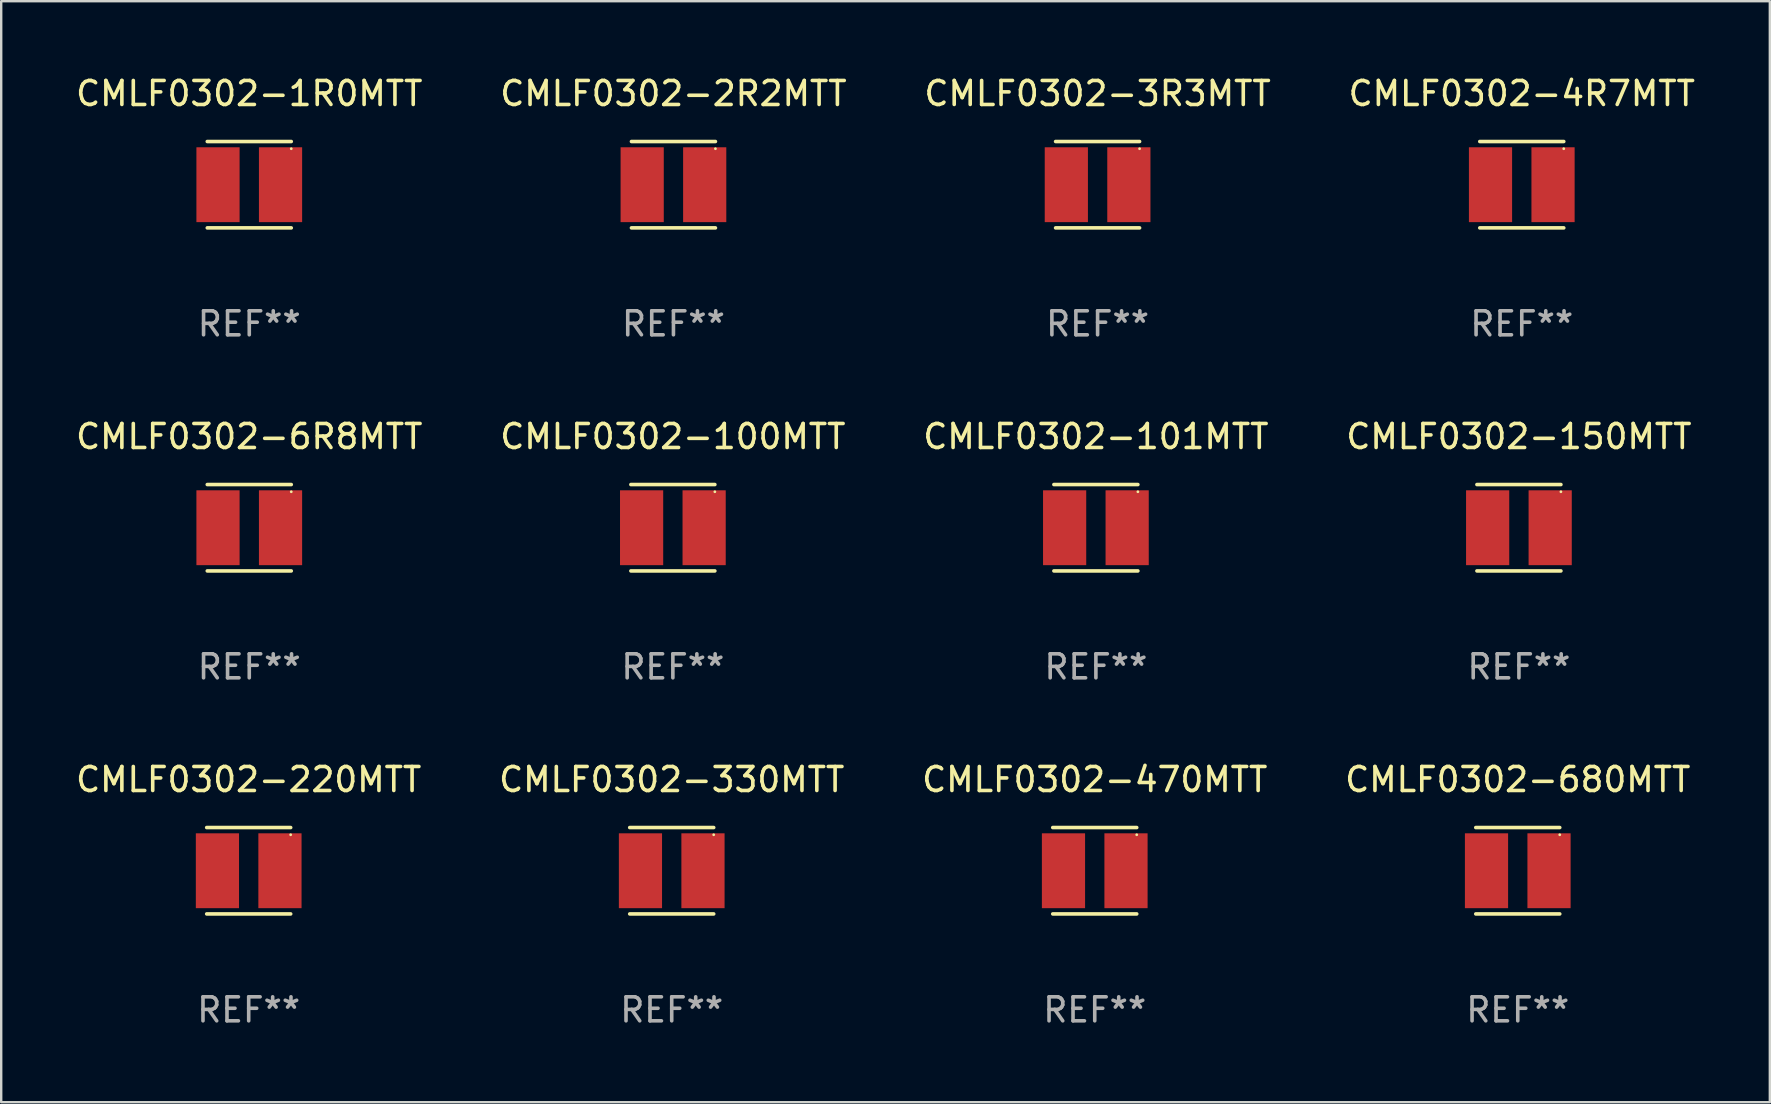
<source format=kicad_pcb>
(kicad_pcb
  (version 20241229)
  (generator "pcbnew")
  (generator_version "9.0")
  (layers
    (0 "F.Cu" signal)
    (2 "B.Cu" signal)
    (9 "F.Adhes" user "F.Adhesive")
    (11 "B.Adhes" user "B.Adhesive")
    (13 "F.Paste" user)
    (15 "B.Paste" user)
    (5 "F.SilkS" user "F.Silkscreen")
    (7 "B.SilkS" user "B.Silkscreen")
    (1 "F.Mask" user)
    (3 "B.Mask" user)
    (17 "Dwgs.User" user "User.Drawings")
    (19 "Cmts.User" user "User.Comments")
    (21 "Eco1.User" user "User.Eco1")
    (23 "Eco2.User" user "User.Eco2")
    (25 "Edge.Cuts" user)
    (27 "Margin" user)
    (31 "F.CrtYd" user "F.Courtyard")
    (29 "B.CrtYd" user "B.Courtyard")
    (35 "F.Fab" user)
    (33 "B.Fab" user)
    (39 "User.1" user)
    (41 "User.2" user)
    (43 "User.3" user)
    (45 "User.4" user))
  (footprint "CMLF0302-3R3MTT"
    (layer "F.Cu")
    (at 42.696 4.648)
    (property "Reference" "CMLF0302-3R3MTT" (at 0 -3.8 0) (layer "F.SilkS") (effects (font (size 1 1) (thickness 0.15))))
    (attr through_hole)
    (fp_line (start -1.75 -1.8) (end 1.75 -1.8) (stroke (width 0.15) (type solid)) (layer "F.SilkS"))
    (fp_line (start 1.75 1.8) (end -1.75 1.8) (stroke (width 0.15) (type solid)) (layer "F.SilkS"))
    (fp_circle (center 1.75 -1.5) (end 1.78 -1.5) (stroke (width 0.06) (type solid)) (fill no) (layer "F.SilkS"))
    (fp_text user "REF**" (at 0 5.8 0) (layer "F.Fab") (effects (font (size 1 1) (thickness 0.15))))
    (pad "1" smd rect (at 1.303 0.000051) (size 1.8 3.12) (layers "F.Cu" "F.Mask" "F.Paste"))
    (pad "2" smd rect (at -1.303 0.000051) (size 1.8 3.12) (layers "F.Cu" "F.Mask" "F.Paste")))
  (footprint "CMLF0302-6R8MTT"
    (layer "F.Cu")
    (at 7.339 18.945)
    (property "Reference" "CMLF0302-6R8MTT" (at 0 -3.8 0) (layer "F.SilkS") (effects (font (size 1 1) (thickness 0.15))))
    (attr through_hole)
    (fp_line (start -1.75 -1.8) (end 1.75 -1.8) (stroke (width 0.15) (type solid)) (layer "F.SilkS"))
    (fp_line (start 1.75 1.8) (end -1.75 1.8) (stroke (width 0.15) (type solid)) (layer "F.SilkS"))
    (fp_circle (center 1.75 -1.5) (end 1.78 -1.5) (stroke (width 0.06) (type solid)) (fill no) (layer "F.SilkS"))
    (fp_text user "REF**" (at 0 5.8 0) (layer "F.Fab") (effects (font (size 1 1) (thickness 0.15))))
    (pad "1" smd rect (at 1.303 0.000051) (size 1.8 3.12) (layers "F.Cu" "F.Mask" "F.Paste"))
    (pad "2" smd rect (at -1.303 0.000051) (size 1.8 3.12) (layers "F.Cu" "F.Mask" "F.Paste")))
  (footprint "CMLF0302-150MTT"
    (layer "F.Cu")
    (at 60.256 18.945)
    (property "Reference" "CMLF0302-150MTT" (at 0 -3.8 0) (layer "F.SilkS") (effects (font (size 1 1) (thickness 0.15))))
    (attr through_hole)
    (fp_line (start -1.75 -1.8) (end 1.75 -1.8) (stroke (width 0.15) (type solid)) (layer "F.SilkS"))
    (fp_line (start 1.75 1.8) (end -1.75 1.8) (stroke (width 0.15) (type solid)) (layer "F.SilkS"))
    (fp_circle (center 1.75 -1.5) (end 1.78 -1.5) (stroke (width 0.06) (type solid)) (fill no) (layer "F.SilkS"))
    (fp_text user "REF**" (at 0 5.8 0) (layer "F.Fab") (effects (font (size 1 1) (thickness 0.15))))
    (pad "1" smd rect (at 1.303 0.000051) (size 1.8 3.12) (layers "F.Cu" "F.Mask" "F.Paste"))
    (pad "2" smd rect (at -1.303 0.000051) (size 1.8 3.12) (layers "F.Cu" "F.Mask" "F.Paste")))
  (footprint "CMLF0302-4R7MTT"
    (layer "F.Cu")
    (at 60.375 4.648)
    (property "Reference" "CMLF0302-4R7MTT" (at 0 -3.8 0) (layer "F.SilkS") (effects (font (size 1 1) (thickness 0.15))))
    (attr through_hole)
    (fp_line (start -1.75 -1.8) (end 1.75 -1.8) (stroke (width 0.15) (type solid)) (layer "F.SilkS"))
    (fp_line (start 1.75 1.8) (end -1.75 1.8) (stroke (width 0.15) (type solid)) (layer "F.SilkS"))
    (fp_circle (center 1.75 -1.5) (end 1.78 -1.5) (stroke (width 0.06) (type solid)) (fill no) (layer "F.SilkS"))
    (fp_text user "REF**" (at 0 5.8 0) (layer "F.Fab") (effects (font (size 1 1) (thickness 0.15))))
    (pad "1" smd rect (at 1.303 0.000051) (size 1.8 3.12) (layers "F.Cu" "F.Mask" "F.Paste"))
    (pad "2" smd rect (at -1.303 0.000051) (size 1.8 3.12) (layers "F.Cu" "F.Mask" "F.Paste")))
  (footprint "CMLF0302-330MTT"
    (layer "F.Cu")
    (at 24.946 33.241)
    (property "Reference" "CMLF0302-330MTT" (at 0 -3.8 0) (layer "F.SilkS") (effects (font (size 1 1) (thickness 0.15))))
    (attr through_hole)
    (fp_line (start -1.75 -1.8) (end 1.75 -1.8) (stroke (width 0.15) (type solid)) (layer "F.SilkS"))
    (fp_line (start 1.75 1.8) (end -1.75 1.8) (stroke (width 0.15) (type solid)) (layer "F.SilkS"))
    (fp_circle (center 1.75 -1.5) (end 1.78 -1.5) (stroke (width 0.06) (type solid)) (fill no) (layer "F.SilkS"))
    (fp_text user "REF**" (at 0 5.8 0) (layer "F.Fab") (effects (font (size 1 1) (thickness 0.15))))
    (pad "1" smd rect (at 1.303 0.000051) (size 1.8 3.12) (layers "F.Cu" "F.Mask" "F.Paste"))
    (pad "2" smd rect (at -1.303 0.000051) (size 1.8 3.12) (layers "F.Cu" "F.Mask" "F.Paste")))
  (footprint "CMLF0302-470MTT"
    (layer "F.Cu")
    (at 42.577 33.241)
    (property "Reference" "CMLF0302-470MTT" (at 0 -3.8 0) (layer "F.SilkS") (effects (font (size 1 1) (thickness 0.15))))
    (attr through_hole)
    (fp_line (start -1.75 -1.8) (end 1.75 -1.8) (stroke (width 0.15) (type solid)) (layer "F.SilkS"))
    (fp_line (start 1.75 1.8) (end -1.75 1.8) (stroke (width 0.15) (type solid)) (layer "F.SilkS"))
    (fp_circle (center 1.75 -1.5) (end 1.78 -1.5) (stroke (width 0.06) (type solid)) (fill no) (layer "F.SilkS"))
    (fp_text user "REF**" (at 0 5.8 0) (layer "F.Fab") (effects (font (size 1 1) (thickness 0.15))))
    (pad "1" smd rect (at 1.303 0.000051) (size 1.8 3.12) (layers "F.Cu" "F.Mask" "F.Paste"))
    (pad "2" smd rect (at -1.303 0.000051) (size 1.8 3.12) (layers "F.Cu" "F.Mask" "F.Paste")))
  (footprint "CMLF0302-220MTT"
    (layer "F.Cu")
    (at 7.315 33.241)
    (property "Reference" "CMLF0302-220MTT" (at 0 -3.8 0) (layer "F.SilkS") (effects (font (size 1 1) (thickness 0.15))))
    (attr through_hole)
    (fp_line (start -1.75 -1.8) (end 1.75 -1.8) (stroke (width 0.15) (type solid)) (layer "F.SilkS"))
    (fp_line (start 1.75 1.8) (end -1.75 1.8) (stroke (width 0.15) (type solid)) (layer "F.SilkS"))
    (fp_circle (center 1.75 -1.5) (end 1.78 -1.5) (stroke (width 0.06) (type solid)) (fill no) (layer "F.SilkS"))
    (fp_text user "REF**" (at 0 5.8 0) (layer "F.Fab") (effects (font (size 1 1) (thickness 0.15))))
    (pad "1" smd rect (at 1.303 0.000051) (size 1.8 3.12) (layers "F.Cu" "F.Mask" "F.Paste"))
    (pad "2" smd rect (at -1.303 0.000051) (size 1.8 3.12) (layers "F.Cu" "F.Mask" "F.Paste")))
  (footprint "CMLF0302-680MTT"
    (layer "F.Cu")
    (at 60.208 33.241)
    (property "Reference" "CMLF0302-680MTT" (at 0 -3.8 0) (layer "F.SilkS") (effects (font (size 1 1) (thickness 0.15))))
    (attr through_hole)
    (fp_line (start -1.75 -1.8) (end 1.75 -1.8) (stroke (width 0.15) (type solid)) (layer "F.SilkS"))
    (fp_line (start 1.75 1.8) (end -1.75 1.8) (stroke (width 0.15) (type solid)) (layer "F.SilkS"))
    (fp_circle (center 1.75 -1.5) (end 1.78 -1.5) (stroke (width 0.06) (type solid)) (fill no) (layer "F.SilkS"))
    (fp_text user "REF**" (at 0 5.8 0) (layer "F.Fab") (effects (font (size 1 1) (thickness 0.15))))
    (pad "1" smd rect (at 1.303 0.000051) (size 1.8 3.12) (layers "F.Cu" "F.Mask" "F.Paste"))
    (pad "2" smd rect (at -1.303 0.000051) (size 1.8 3.12) (layers "F.Cu" "F.Mask" "F.Paste")))
  (footprint "CMLF0302-101MTT"
    (layer "F.Cu")
    (at 42.625 18.945)
    (property "Reference" "CMLF0302-101MTT" (at 0 -3.8 0) (layer "F.SilkS") (effects (font (size 1 1) (thickness 0.15))))
    (attr through_hole)
    (fp_line (start -1.75 -1.8) (end 1.75 -1.8) (stroke (width 0.15) (type solid)) (layer "F.SilkS"))
    (fp_line (start 1.75 1.8) (end -1.75 1.8) (stroke (width 0.15) (type solid)) (layer "F.SilkS"))
    (fp_circle (center 1.75 -1.5) (end 1.78 -1.5) (stroke (width 0.06) (type solid)) (fill no) (layer "F.SilkS"))
    (fp_text user "REF**" (at 0 5.8 0) (layer "F.Fab") (effects (font (size 1 1) (thickness 0.15))))
    (pad "1" smd rect (at 1.303 0.000051) (size 1.8 3.12) (layers "F.Cu" "F.Mask" "F.Paste"))
    (pad "2" smd rect (at -1.303 0.000051) (size 1.8 3.12) (layers "F.Cu" "F.Mask" "F.Paste")))
  (footprint "CMLF0302-100MTT"
    (layer "F.Cu")
    (at 24.994 18.945)
    (property "Reference" "CMLF0302-100MTT" (at 0 -3.8 0) (layer "F.SilkS") (effects (font (size 1 1) (thickness 0.15))))
    (attr through_hole)
    (fp_line (start -1.75 -1.8) (end 1.75 -1.8) (stroke (width 0.15) (type solid)) (layer "F.SilkS"))
    (fp_line (start 1.75 1.8) (end -1.75 1.8) (stroke (width 0.15) (type solid)) (layer "F.SilkS"))
    (fp_circle (center 1.75 -1.5) (end 1.78 -1.5) (stroke (width 0.06) (type solid)) (fill no) (layer "F.SilkS"))
    (fp_text user "REF**" (at 0 5.8 0) (layer "F.Fab") (effects (font (size 1 1) (thickness 0.15))))
    (pad "1" smd rect (at 1.303 0.000051) (size 1.8 3.12) (layers "F.Cu" "F.Mask" "F.Paste"))
    (pad "2" smd rect (at -1.303 0.000051) (size 1.8 3.12) (layers "F.Cu" "F.Mask" "F.Paste")))
  (footprint "CMLF0302-2R2MTT"
    (layer "F.Cu")
    (at 25.018 4.648)
    (property "Reference" "CMLF0302-2R2MTT" (at 0 -3.8 0) (layer "F.SilkS") (effects (font (size 1 1) (thickness 0.15))))
    (attr through_hole)
    (fp_line (start -1.75 -1.8) (end 1.75 -1.8) (stroke (width 0.15) (type solid)) (layer "F.SilkS"))
    (fp_line (start 1.75 1.8) (end -1.75 1.8) (stroke (width 0.15) (type solid)) (layer "F.SilkS"))
    (fp_circle (center 1.75 -1.5) (end 1.78 -1.5) (stroke (width 0.06) (type solid)) (fill no) (layer "F.SilkS"))
    (fp_text user "REF**" (at 0 5.8 0) (layer "F.Fab") (effects (font (size 1 1) (thickness 0.15))))
    (pad "1" smd rect (at 1.303 0.000051) (size 1.8 3.12) (layers "F.Cu" "F.Mask" "F.Paste"))
    (pad "2" smd rect (at -1.303 0.000051) (size 1.8 3.12) (layers "F.Cu" "F.Mask" "F.Paste")))
  (footprint "CMLF0302-1R0MTT"
    (layer "F.Cu")
    (at 7.339 4.648)
    (property "Reference" "CMLF0302-1R0MTT" (at 0 -3.8 0) (layer "F.SilkS") (effects (font (size 1 1) (thickness 0.15))))
    (attr through_hole)
    (fp_line (start -1.75 -1.8) (end 1.75 -1.8) (stroke (width 0.15) (type solid)) (layer "F.SilkS"))
    (fp_line (start 1.75 1.8) (end -1.75 1.8) (stroke (width 0.15) (type solid)) (layer "F.SilkS"))
    (fp_circle (center 1.75 -1.5) (end 1.78 -1.5) (stroke (width 0.06) (type solid)) (fill no) (layer "F.SilkS"))
    (fp_text user "REF**" (at 0 5.8 0) (layer "F.Fab") (effects (font (size 1 1) (thickness 0.15))))
    (pad "1" smd rect (at 1.303 0.000051) (size 1.8 3.12) (layers "F.Cu" "F.Mask" "F.Paste"))
    (pad "2" smd rect (at -1.303 0.000051) (size 1.8 3.12) (layers "F.Cu" "F.Mask" "F.Paste")))
  (gr_rect
    (start -3 -3)
    (end 70.714 42.889)
    (stroke (width 0.1) (type default))
    (fill no)
    (layer "Edge.Cuts")))
</source>
